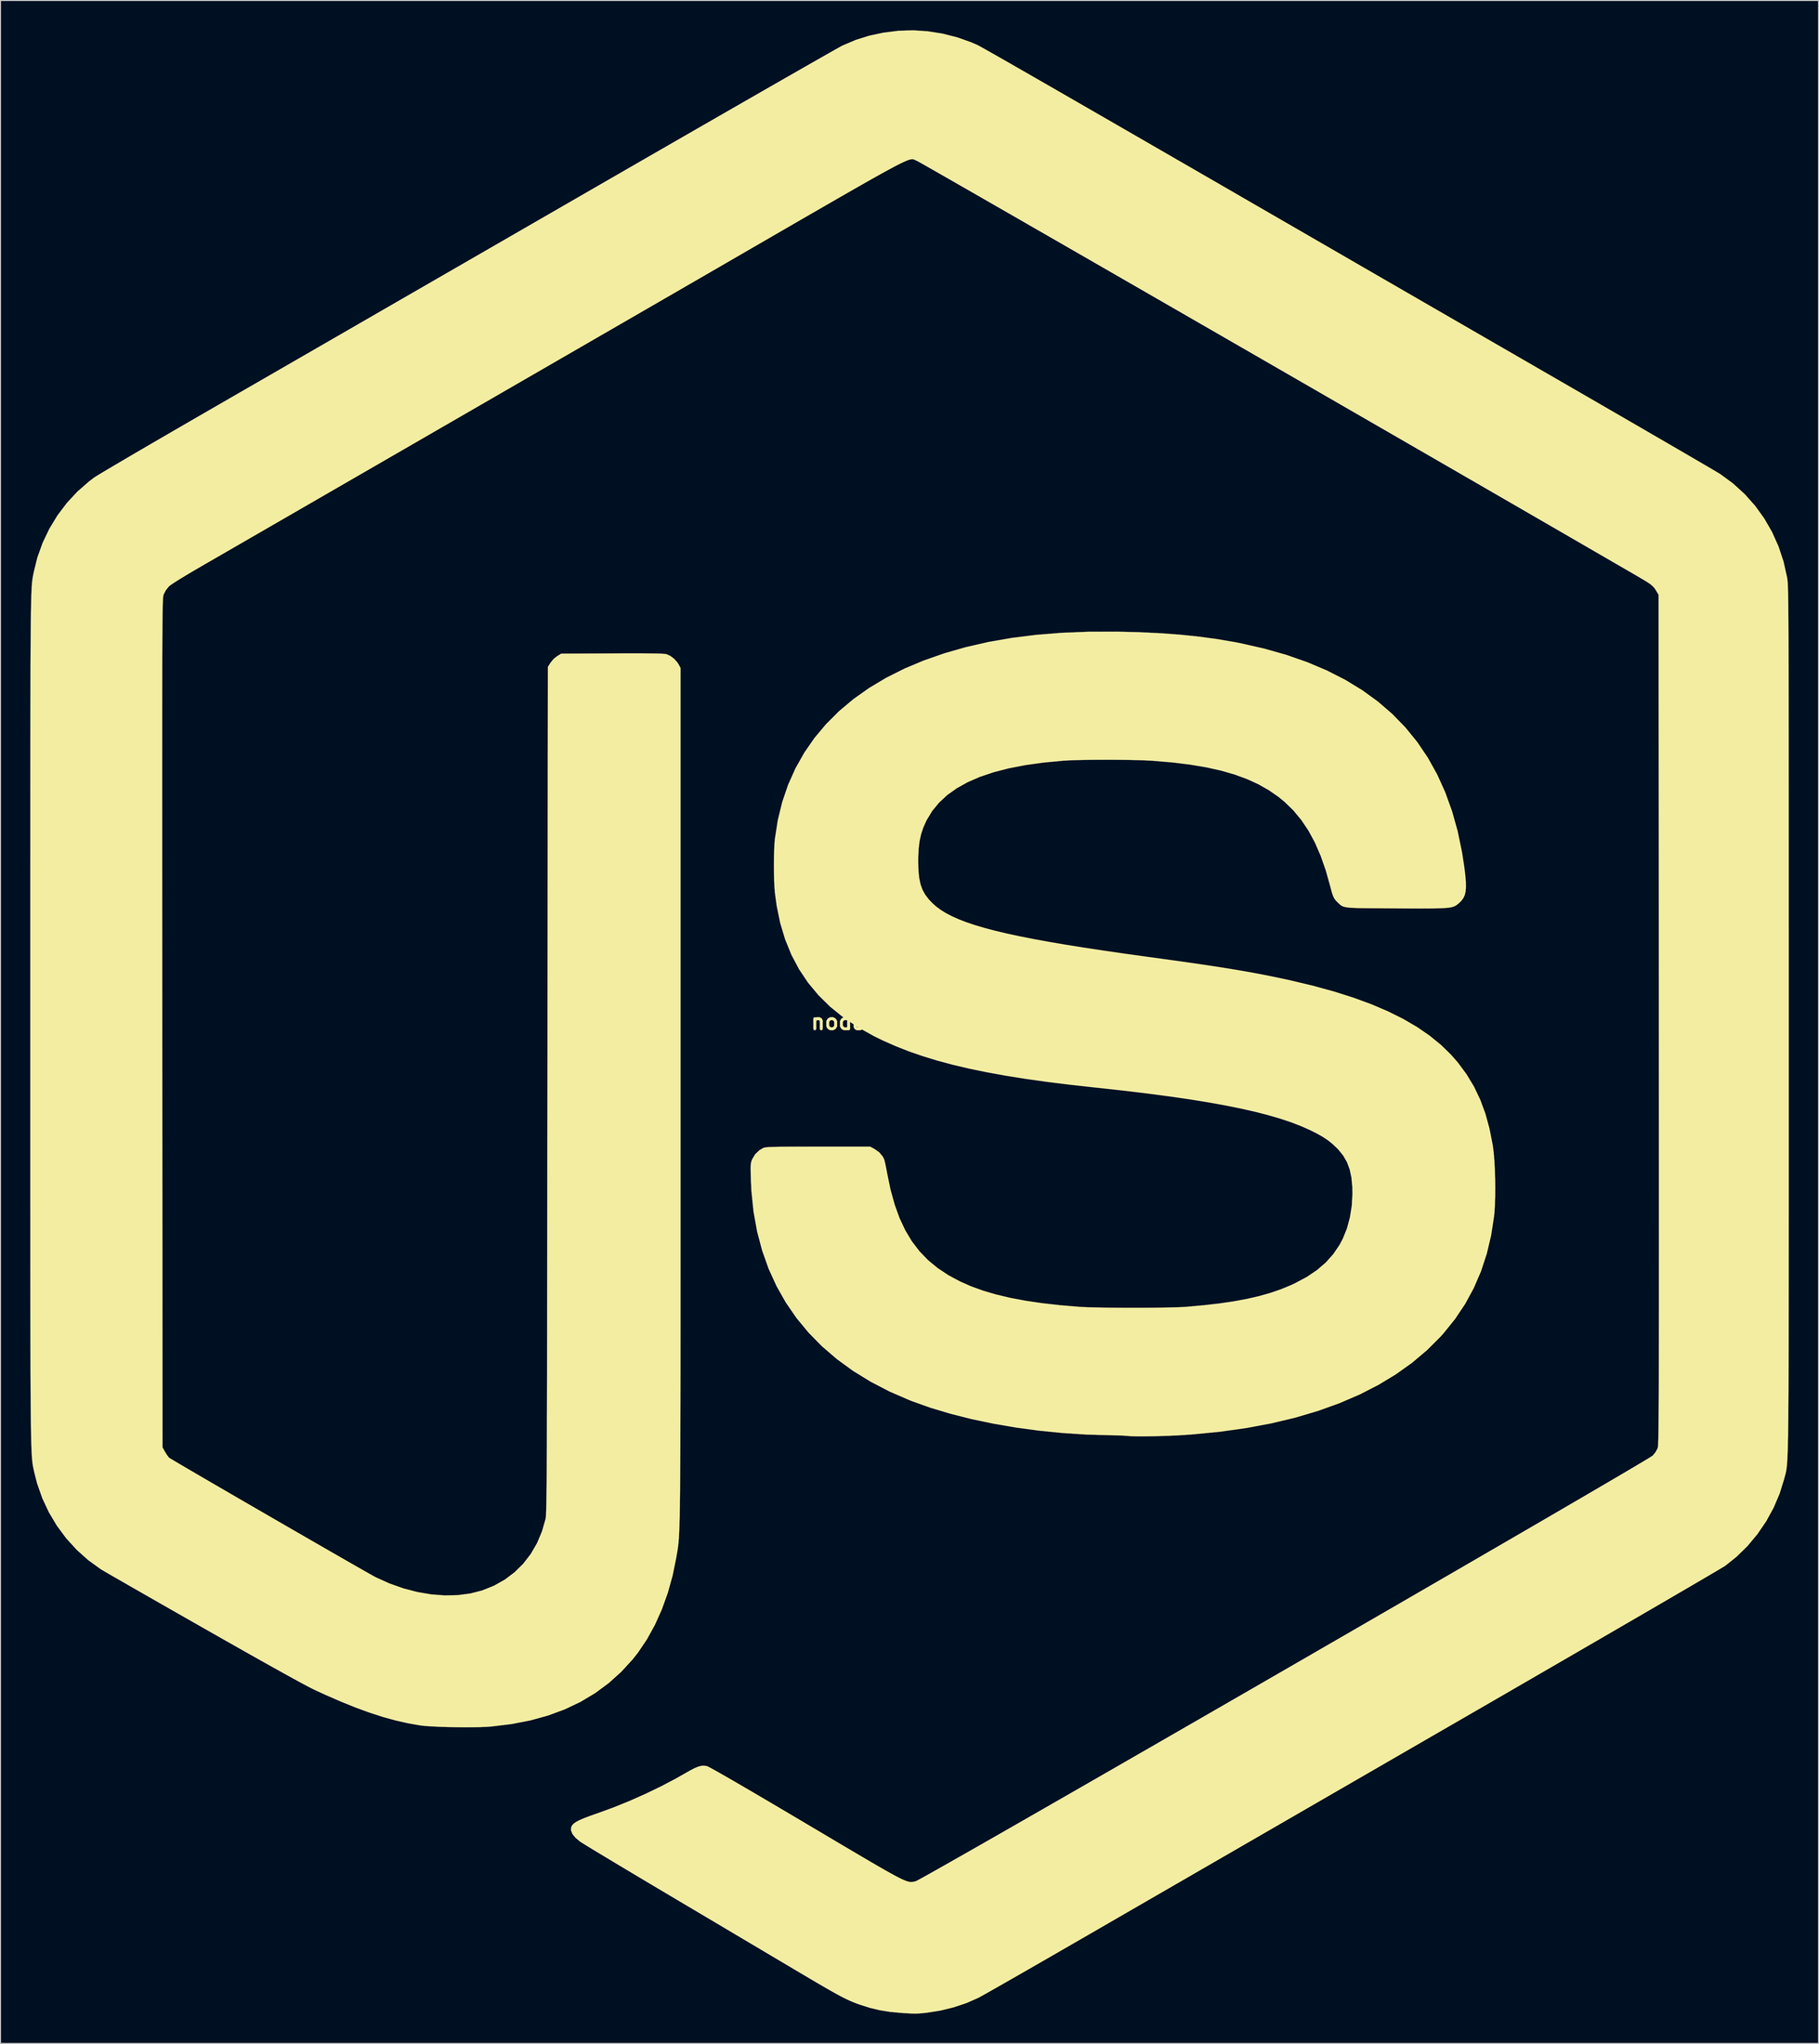
<source format=kicad_pcb>
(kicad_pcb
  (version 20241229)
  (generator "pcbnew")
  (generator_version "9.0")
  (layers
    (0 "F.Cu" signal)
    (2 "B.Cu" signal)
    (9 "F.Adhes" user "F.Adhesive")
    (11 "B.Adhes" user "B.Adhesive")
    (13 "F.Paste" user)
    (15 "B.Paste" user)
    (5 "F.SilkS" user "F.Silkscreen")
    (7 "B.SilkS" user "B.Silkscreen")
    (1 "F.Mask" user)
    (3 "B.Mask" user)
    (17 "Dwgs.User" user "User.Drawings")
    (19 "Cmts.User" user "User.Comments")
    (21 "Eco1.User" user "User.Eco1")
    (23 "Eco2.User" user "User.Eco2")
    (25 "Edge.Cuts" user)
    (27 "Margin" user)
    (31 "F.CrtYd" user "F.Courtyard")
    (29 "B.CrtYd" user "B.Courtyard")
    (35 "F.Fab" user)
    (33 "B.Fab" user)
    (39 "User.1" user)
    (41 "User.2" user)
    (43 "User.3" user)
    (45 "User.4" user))
  (footprint "node-js_20x20_F"
    (layer "F.Cu")
    (at 88.734 99.974)
    (property "Reference" "node-js_20x20_F" (at 0 0 0) (layer "F.SilkS") (effects (font (size 1.524 1.524) (thickness 0.3))))
    (attr through_hole)
    (fp_poly (pts (xy 21.04 -39.341) (xy 23.265 -39.282) (xy 25.348 -39.18) (xy 27.311 -39.032) (xy 29.174 -38.838) (xy 30.961 -38.594) (xy 32.692 -38.299) (xy 33.316 -38.178) (xy 35.705 -37.637) (xy 37.956 -36.998) (xy 40.07 -36.259) (xy 42.049 -35.42) (xy 43.894 -34.479) (xy 45.606 -33.435) (xy 47.186 -32.287) (xy 48.636 -31.034) (xy 49.955 -29.675) (xy 51.147 -28.208) (xy 52.21 -26.634) (xy 53.148 -24.949) (xy 53.96 -23.154) (xy 54.648 -21.247) (xy 55.214 -19.227) (xy 55.657 -17.093) (xy 55.882 -15.636) (xy 55.982 -14.818) (xy 56.039 -14.144) (xy 56.051 -13.593) (xy 56.014 -13.144) (xy 55.925 -12.776) (xy 55.781 -12.469) (xy 55.579 -12.201) (xy 55.346 -11.977) (xy 55.216 -11.868) (xy 55.092 -11.774) (xy 54.961 -11.694) (xy 54.81 -11.628) (xy 54.625 -11.573) (xy 54.392 -11.53) (xy 54.1 -11.497) (xy 53.733 -11.472) (xy 53.28 -11.456) (xy 52.725 -11.445) (xy 52.057 -11.441) (xy 51.262 -11.44) (xy 50.326 -11.443) (xy 49.236 -11.448) (xy 49.055 -11.449) (xy 47.976 -11.453) (xy 47.052 -11.458) (xy 46.271 -11.463) (xy 45.618 -11.471) (xy 45.08 -11.483) (xy 44.644 -11.5) (xy 44.296 -11.523) (xy 44.022 -11.555) (xy 43.809 -11.595) (xy 43.642 -11.647) (xy 43.51 -11.71) (xy 43.398 -11.787) (xy 43.292 -11.879) (xy 43.179 -11.987) (xy 43.109 -12.053) (xy 42.925 -12.241) (xy 42.783 -12.434) (xy 42.665 -12.666) (xy 42.555 -12.975) (xy 42.437 -13.397) (xy 42.375 -13.639) (xy 41.918 -15.266) (xy 41.403 -16.742) (xy 40.823 -18.077) (xy 40.173 -19.28) (xy 39.448 -20.361) (xy 38.642 -21.33) (xy 37.748 -22.197) (xy 37.126 -22.704) (xy 36.165 -23.368) (xy 35.117 -23.961) (xy 33.973 -24.485) (xy 32.723 -24.942) (xy 31.358 -25.335) (xy 29.87 -25.666) (xy 28.249 -25.939) (xy 26.486 -26.156) (xy 24.571 -26.32) (xy 24.342 -26.335) (xy 23.757 -26.366) (xy 23.043 -26.39) (xy 22.228 -26.409) (xy 21.343 -26.422) (xy 20.414 -26.429) (xy 19.473 -26.43) (xy 18.547 -26.425) (xy 17.667 -26.414) (xy 16.86 -26.397) (xy 16.156 -26.374) (xy 15.584 -26.346) (xy 15.452 -26.337) (xy 13.468 -26.15) (xy 11.637 -25.895) (xy 9.957 -25.571) (xy 8.425 -25.176) (xy 7.039 -24.709) (xy 5.798 -24.17) (xy 4.698 -23.557) (xy 3.737 -22.87) (xy 2.914 -22.107) (xy 2.225 -21.268) (xy 1.669 -20.351) (xy 1.632 -20.278) (xy 1.331 -19.607) (xy 1.107 -18.937) (xy 0.951 -18.231) (xy 0.857 -17.451) (xy 0.817 -16.558) (xy 0.814 -16.171) (xy 0.837 -15.283) (xy 0.91 -14.533) (xy 1.041 -13.892) (xy 1.24 -13.334) (xy 1.517 -12.83) (xy 1.88 -12.355) (xy 2.236 -11.98) (xy 2.631 -11.629) (xy 3.089 -11.291) (xy 3.615 -10.966) (xy 4.216 -10.652) (xy 4.897 -10.348) (xy 5.665 -10.052) (xy 6.526 -9.762) (xy 7.486 -9.477) (xy 8.551 -9.195) (xy 9.728 -8.916) (xy 11.023 -8.637) (xy 12.441 -8.356) (xy 13.99 -8.073) (xy 15.675 -7.786) (xy 17.502 -7.494) (xy 19.478 -7.194) (xy 21.609 -6.885) (xy 23.9 -6.566) (xy 24.583 -6.473) (xy 26.313 -6.236) (xy 27.893 -6.014) (xy 29.337 -5.805) (xy 30.664 -5.606) (xy 31.891 -5.414) (xy 33.033 -5.226) (xy 34.108 -5.039) (xy 35.134 -4.85) (xy 36.126 -4.658) (xy 37.101 -4.458) (xy 38.078 -4.248) (xy 38.354 -4.187) (xy 40.637 -3.644) (xy 42.759 -3.061) (xy 44.725 -2.437) (xy 46.541 -1.77) (xy 48.21 -1.056) (xy 49.737 -0.294) (xy 51.128 0.518) (xy 52.386 1.383) (xy 53.517 2.304) (xy 54.526 3.282) (xy 55.238 4.096) (xy 56.11 5.274) (xy 56.859 6.516) (xy 57.49 7.836) (xy 58.012 9.251) (xy 58.43 10.776) (xy 58.751 12.428) (xy 58.773 12.567) (xy 58.852 13.21) (xy 58.916 13.983) (xy 58.963 14.848) (xy 58.993 15.765) (xy 59.004 16.696) (xy 58.998 17.602) (xy 58.972 18.446) (xy 58.926 19.187) (xy 58.89 19.558) (xy 58.59 21.512) (xy 58.149 23.372) (xy 57.567 25.141) (xy 56.842 26.824) (xy 55.973 28.423) (xy 54.956 29.944) (xy 53.792 31.389) (xy 53.477 31.739) (xy 52.118 33.096) (xy 50.621 34.357) (xy 48.986 35.524) (xy 47.218 36.593) (xy 45.317 37.566) (xy 43.286 38.44) (xy 41.126 39.216) (xy 38.841 39.892) (xy 36.432 40.467) (xy 33.901 40.941) (xy 31.25 41.313) (xy 28.482 41.582) (xy 27.517 41.65) (xy 26.82 41.689) (xy 26.077 41.722) (xy 25.316 41.748) (xy 24.565 41.767) (xy 23.852 41.778) (xy 23.205 41.781) (xy 22.652 41.775) (xy 22.222 41.76) (xy 22.013 41.744) (xy 21.681 41.718) (xy 21.236 41.694) (xy 20.734 41.676) (xy 20.232 41.666) (xy 20.193 41.666) (xy 17.802 41.599) (xy 15.406 41.445) (xy 13.025 41.208) (xy 10.681 40.892) (xy 8.392 40.499) (xy 6.179 40.034) (xy 4.062 39.499) (xy 2.062 38.899) (xy 0.197 38.236) (xy -0.042 38.143) (xy -2.077 37.259) (xy -3.979 36.272) (xy -5.748 35.184) (xy -7.381 33.997) (xy -8.878 32.712) (xy -10.237 31.33) (xy -11.457 29.855) (xy -12.537 28.286) (xy -13.476 26.627) (xy -14.273 24.879) (xy -14.925 23.043) (xy -15.433 21.121) (xy -15.794 19.115) (xy -16.008 17.027) (xy -16.059 15.96) (xy -16.076 15.38) (xy -16.085 14.942) (xy -16.084 14.617) (xy -16.072 14.377) (xy -16.046 14.195) (xy -16.006 14.042) (xy -15.948 13.891) (xy -15.918 13.821) (xy -15.617 13.328) (xy -15.192 12.926) (xy -14.823 12.711) (xy -14.746 12.682) (xy -14.642 12.658) (xy -14.497 12.637) (xy -14.299 12.62) (xy -14.034 12.607) (xy -13.69 12.596) (xy -13.255 12.587) (xy -12.714 12.581) (xy -12.055 12.577) (xy -11.265 12.575) (xy -10.331 12.573) (xy -9.271 12.573) (xy -4.022 12.573) (xy -3.577 12.819) (xy -3.1 13.163) (xy -2.752 13.587) (xy -2.618 13.858) (xy -2.57 14.028) (xy -2.502 14.326) (xy -2.422 14.714) (xy -2.338 15.155) (xy -2.316 15.277) (xy -1.975 16.921) (xy -1.561 18.418) (xy -1.069 19.778) (xy -0.492 21.008) (xy 0.175 22.119) (xy 0.94 23.119) (xy 1.806 24.017) (xy 2.782 24.821) (xy 3.872 25.542) (xy 5.037 26.166) (xy 6.147 26.655) (xy 7.35 27.091) (xy 8.654 27.476) (xy 10.073 27.814) (xy 11.614 28.105) (xy 13.29 28.352) (xy 15.111 28.558) (xy 16.976 28.716) (xy 17.462 28.744) (xy 18.088 28.768) (xy 18.832 28.787) (xy 19.668 28.802) (xy 20.573 28.812) (xy 21.523 28.819) (xy 22.494 28.821) (xy 23.462 28.819) (xy 24.403 28.813) (xy 25.294 28.802) (xy 26.11 28.788) (xy 26.827 28.768) (xy 27.422 28.745) (xy 27.855 28.719) (xy 29.597 28.562) (xy 31.187 28.38) (xy 32.639 28.167) (xy 33.97 27.921) (xy 35.196 27.639) (xy 36.331 27.317) (xy 37.39 26.952) (xy 38.391 26.54) (xy 38.829 26.336) (xy 40.006 25.707) (xy 41.031 25.016) (xy 41.914 24.256) (xy 42.665 23.418) (xy 43.295 22.491) (xy 43.641 21.84) (xy 44.05 20.823) (xy 44.351 19.703) (xy 44.539 18.514) (xy 44.607 17.288) (xy 44.592 16.637) (xy 44.502 15.686) (xy 44.326 14.86) (xy 44.053 14.132) (xy 43.674 13.476) (xy 43.178 12.865) (xy 43.053 12.735) (xy 42.604 12.31) (xy 42.14 11.938) (xy 41.625 11.593) (xy 41.02 11.25) (xy 40.356 10.917) (xy 39.456 10.515) (xy 38.459 10.13) (xy 37.36 9.761) (xy 36.152 9.407) (xy 34.83 9.067) (xy 33.389 8.739) (xy 31.821 8.422) (xy 30.121 8.115) (xy 28.284 7.818) (xy 26.303 7.528) (xy 24.172 7.245) (xy 21.886 6.967) (xy 19.439 6.693) (xy 18.584 6.603) (xy 16.111 6.329) (xy 13.796 6.041) (xy 11.632 5.737) (xy 9.607 5.413) (xy 7.713 5.07) (xy 5.939 4.703) (xy 4.277 4.31) (xy 2.716 3.891) (xy 1.246 3.441) (xy -0.141 2.959) (xy -1.455 2.443) (xy -2.707 1.891) (xy -3.632 1.44) (xy -5.253 0.538) (xy -6.728 -0.451) (xy -8.059 -1.529) (xy -9.247 -2.697) (xy -10.295 -3.958) (xy -11.202 -5.313) (xy -11.971 -6.765) (xy -12.603 -8.315) (xy -13.1 -9.966) (xy -13.462 -11.72) (xy -13.64 -13.039) (xy -13.682 -13.569) (xy -13.713 -14.221) (xy -13.732 -14.953) (xy -13.739 -15.724) (xy -13.734 -16.495) (xy -13.716 -17.225) (xy -13.687 -17.872) (xy -13.646 -18.397) (xy -13.639 -18.457) (xy -13.343 -20.354) (xy -12.897 -22.172) (xy -12.304 -23.91) (xy -11.564 -25.565) (xy -10.679 -27.137) (xy -9.651 -28.622) (xy -8.481 -30.019) (xy -7.171 -31.327) (xy -5.723 -32.544) (xy -4.137 -33.667) (xy -2.416 -34.694) (xy -0.562 -35.625) (xy 1.355 -36.429) (xy 3.44 -37.159) (xy 5.613 -37.782) (xy 7.88 -38.3) (xy 10.248 -38.714) (xy 12.724 -39.024) (xy 15.317 -39.231) (xy 18.031 -39.338) (xy 20.876 -39.344) (xy 21.04 -39.341)) (stroke (width 0.01) (type solid)) (fill yes) (layer "F.SilkS"))
    (fp_poly (pts (xy 1.771 -99.871) (xy 3.27 -99.633) (xy 4.743 -99.26) (xy 6.157 -98.76) (xy 6.773 -98.49) (xy 6.879 -98.436) (xy 7.064 -98.336) (xy 7.33 -98.189) (xy 7.681 -97.992) (xy 8.119 -97.745) (xy 8.647 -97.446) (xy 9.266 -97.093) (xy 9.981 -96.685) (xy 10.793 -96.22) (xy 11.704 -95.697) (xy 12.718 -95.115) (xy 13.837 -94.472) (xy 15.064 -93.766) (xy 16.401 -92.996) (xy 17.851 -92.161) (xy 19.416 -91.259) (xy 21.098 -90.288) (xy 22.902 -89.248) (xy 24.828 -88.136) (xy 26.88 -86.951) (xy 29.06 -85.692) (xy 31.371 -84.358) (xy 33.815 -82.945) (xy 36.395 -81.454) (xy 39.114 -79.883) (xy 41.974 -78.23) (xy 44.977 -76.494) (xy 45.339 -76.284) (xy 45.816 -76.009) (xy 46.43 -75.654) (xy 47.173 -75.225) (xy 48.034 -74.727) (xy 49.006 -74.166) (xy 50.078 -73.546) (xy 51.242 -72.874) (xy 52.488 -72.154) (xy 53.807 -71.393) (xy 55.19 -70.594) (xy 56.628 -69.763) (xy 58.112 -68.906) (xy 59.632 -68.029) (xy 61.179 -67.135) (xy 62.744 -66.231) (xy 64.318 -65.323) (xy 65.193 -64.817) (xy 66.715 -63.938) (xy 68.204 -63.078) (xy 69.652 -62.24) (xy 71.052 -61.43) (xy 72.398 -60.65) (xy 73.683 -59.906) (xy 74.898 -59.201) (xy 76.038 -58.54) (xy 77.095 -57.926) (xy 78.061 -57.364) (xy 78.93 -56.857) (xy 79.695 -56.411) (xy 80.349 -56.029) (xy 80.884 -55.715) (xy 81.293 -55.474) (xy 81.569 -55.309) (xy 81.703 -55.226) (xy 82.989 -54.281) (xy 84.159 -53.216) (xy 85.209 -52.039) (xy 86.131 -50.761) (xy 86.921 -49.39) (xy 87.573 -47.935) (xy 88.08 -46.405) (xy 88.436 -44.811) (xy 88.447 -44.746) (xy 88.459 -44.673) (xy 88.47 -44.592) (xy 88.48 -44.5) (xy 88.49 -44.391) (xy 88.5 -44.261) (xy 88.509 -44.107) (xy 88.517 -43.923) (xy 88.525 -43.705) (xy 88.532 -43.449) (xy 88.539 -43.151) (xy 88.545 -42.806) (xy 88.551 -42.409) (xy 88.557 -41.956) (xy 88.562 -41.444) (xy 88.567 -40.866) (xy 88.571 -40.22) (xy 88.575 -39.501) (xy 88.579 -38.703) (xy 88.582 -37.824) (xy 88.585 -36.858) (xy 88.588 -35.802) (xy 88.59 -34.649) (xy 88.593 -33.398) (xy 88.595 -32.042) (xy 88.596 -30.578) (xy 88.598 -29) (xy 88.599 -27.306) (xy 88.6 -25.49) (xy 88.601 -23.548) (xy 88.602 -21.475) (xy 88.602 -19.268) (xy 88.603 -16.921) (xy 88.603 -14.43) (xy 88.603 -11.792) (xy 88.604 -9.001) (xy 88.604 -6.054) (xy 88.604 -2.945) (xy 88.604 -0.169) (xy 88.604 3.108) (xy 88.604 6.22) (xy 88.604 9.172) (xy 88.604 11.967) (xy 88.604 14.611) (xy 88.604 17.108) (xy 88.604 19.462) (xy 88.603 21.677) (xy 88.602 23.758) (xy 88.601 25.71) (xy 88.6 27.536) (xy 88.598 29.241) (xy 88.596 30.83) (xy 88.593 32.307) (xy 88.59 33.676) (xy 88.587 34.942) (xy 88.582 36.11) (xy 88.577 37.182) (xy 88.571 38.165) (xy 88.565 39.062) (xy 88.558 39.878) (xy 88.55 40.618) (xy 88.541 41.284) (xy 88.531 41.883) (xy 88.52 42.419) (xy 88.508 42.895) (xy 88.495 43.316) (xy 88.481 43.687) (xy 88.466 44.012) (xy 88.45 44.296) (xy 88.432 44.542) (xy 88.413 44.756) (xy 88.393 44.941) (xy 88.371 45.103) (xy 88.348 45.245) (xy 88.324 45.372) (xy 88.298 45.488) (xy 88.27 45.598) (xy 88.241 45.706) (xy 88.211 45.817) (xy 88.178 45.935) (xy 88.144 46.064) (xy 88.134 46.102) (xy 87.68 47.564) (xy 87.072 48.986) (xy 86.323 50.35) (xy 85.445 51.637) (xy 84.45 52.829) (xy 83.351 53.908) (xy 82.219 54.812) (xy 82.095 54.891) (xy 81.829 55.052) (xy 81.428 55.291) (xy 80.895 55.605) (xy 80.238 55.992) (xy 79.46 56.447) (xy 78.567 56.969) (xy 77.565 57.554) (xy 76.459 58.199) (xy 75.254 58.9) (xy 73.955 59.655) (xy 72.568 60.461) (xy 71.098 61.315) (xy 69.551 62.213) (xy 67.931 63.152) (xy 66.245 64.13) (xy 64.496 65.143) (xy 62.692 66.188) (xy 60.836 67.262) (xy 58.935 68.362) (xy 56.993 69.484) (xy 55.016 70.627) (xy 54.711 70.803) (xy 52.62 72.011) (xy 50.512 73.229) (xy 48.395 74.452) (xy 46.278 75.676) (xy 44.168 76.895) (xy 42.073 78.105) (xy 40.003 79.301) (xy 37.963 80.48) (xy 35.964 81.635) (xy 34.012 82.763) (xy 32.116 83.859) (xy 30.283 84.917) (xy 28.523 85.935) (xy 26.843 86.906) (xy 25.25 87.826) (xy 23.754 88.69) (xy 22.362 89.495) (xy 21.082 90.234) (xy 19.922 90.905) (xy 18.891 91.501) (xy 17.996 92.018) (xy 17.78 92.143) (xy 16.558 92.848) (xy 15.367 93.535) (xy 14.216 94.199) (xy 13.113 94.833) (xy 12.069 95.433) (xy 11.092 95.993) (xy 10.191 96.509) (xy 9.377 96.974) (xy 8.658 97.383) (xy 8.043 97.732) (xy 7.543 98.014) (xy 7.165 98.225) (xy 6.92 98.36) (xy 6.846 98.398) (xy 5.672 98.912) (xy 4.392 99.339) (xy 3.055 99.668) (xy 1.709 99.882) (xy 1.527 99.902) (xy 1.175 99.937) (xy 0.89 99.961) (xy 0.633 99.973) (xy 0.364 99.973) (xy 0.045 99.962) (xy -0.363 99.939) (xy -0.899 99.904) (xy -0.931 99.902) (xy -2.043 99.798) (xy -3.058 99.635) (xy -4.043 99.398) (xy -5.065 99.075) (xy -5.132 99.052) (xy -5.439 98.941) (xy -5.736 98.825) (xy -6.038 98.697) (xy -6.357 98.551) (xy -6.707 98.379) (xy -7.102 98.173) (xy -7.555 97.926) (xy -8.08 97.631) (xy -8.69 97.281) (xy -9.398 96.868) (xy -10.219 96.385) (xy -11.166 95.825) (xy -11.599 95.568) (xy -12.282 95.163) (xy -13.094 94.681) (xy -14.018 94.133) (xy -15.038 93.528) (xy -16.137 92.875) (xy -17.3 92.186) (xy -18.509 91.468) (xy -19.747 90.733) (xy -20.999 89.991) (xy -22.248 89.25) (xy -23.477 88.521) (xy -24.371 87.99) (xy -25.477 87.334) (xy -26.549 86.696) (xy -27.577 86.083) (xy -28.552 85.5) (xy -29.464 84.955) (xy -30.303 84.451) (xy -31.06 83.997) (xy -31.723 83.596) (xy -32.284 83.256) (xy -32.733 82.981) (xy -33.059 82.779) (xy -33.254 82.655) (xy -33.292 82.628) (xy -33.75 82.244) (xy -34.052 81.872) (xy -34.194 81.52) (xy -34.205 81.399) (xy -34.182 81.195) (xy -34.1 81.01) (xy -33.947 80.835) (xy -33.706 80.661) (xy -33.363 80.478) (xy -32.903 80.278) (xy -32.312 80.053) (xy -31.574 79.793) (xy -31.462 79.754) (xy -29.906 79.187) (xy -28.299 78.535) (xy -26.688 77.82) (xy -25.119 77.063) (xy -23.642 76.287) (xy -22.755 75.783) (xy -22.195 75.464) (xy -21.747 75.233) (xy -21.384 75.081) (xy -21.08 75) (xy -20.808 74.98) (xy -20.541 75.013) (xy -20.502 75.021) (xy -20.369 75.079) (xy -20.093 75.223) (xy -19.676 75.452) (xy -19.12 75.765) (xy -18.427 76.162) (xy -17.599 76.64) (xy -16.639 77.199) (xy -15.548 77.837) (xy -14.328 78.554) (xy -12.982 79.348) (xy -11.511 80.218) (xy -10.494 80.82) (xy -9.079 81.66) (xy -7.801 82.417) (xy -6.654 83.097) (xy -5.629 83.702) (xy -4.72 84.238) (xy -3.917 84.708) (xy -3.214 85.116) (xy -2.603 85.467) (xy -2.075 85.764) (xy -1.624 86.012) (xy -1.241 86.215) (xy -0.919 86.376) (xy -0.65 86.5) (xy -0.426 86.591) (xy -0.24 86.653) (xy -0.084 86.69) (xy 0.05 86.706) (xy 0.17 86.705) (xy 0.283 86.691) (xy 0.397 86.669) (xy 0.52 86.642) (xy 0.538 86.638) (xy 0.646 86.589) (xy 0.894 86.458) (xy 1.278 86.248) (xy 1.792 85.962) (xy 2.432 85.604) (xy 3.19 85.176) (xy 4.063 84.682) (xy 5.045 84.124) (xy 6.131 83.506) (xy 7.314 82.832) (xy 8.59 82.103) (xy 9.953 81.323) (xy 11.399 80.496) (xy 12.92 79.623) (xy 14.513 78.71) (xy 16.172 77.758) (xy 17.892 76.77) (xy 19.666 75.75) (xy 21.49 74.701) (xy 23.358 73.626) (xy 25.266 72.528) (xy 27.206 71.41) (xy 29.175 70.276) (xy 31.167 69.128) (xy 33.176 67.969) (xy 35.198 66.803) (xy 37.226 65.632) (xy 39.255 64.461) (xy 41.28 63.291) (xy 43.296 62.126) (xy 45.297 60.969) (xy 47.277 59.824) (xy 49.233 58.693) (xy 51.157 57.579) (xy 53.045 56.485) (xy 54.891 55.416) (xy 56.69 54.373) (xy 58.437 53.359) (xy 60.125 52.379) (xy 61.751 51.435) (xy 63.308 50.53) (xy 64.791 49.667) (xy 66.195 48.849) (xy 67.514 48.08) (xy 68.743 47.362) (xy 69.876 46.699) (xy 70.909 46.094) (xy 71.835 45.55) (xy 72.65 45.069) (xy 73.348 44.656) (xy 73.923 44.313) (xy 74.371 44.043) (xy 74.686 43.849) (xy 74.862 43.735) (xy 74.897 43.708) (xy 75.168 43.374) (xy 75.363 43.015) (xy 75.39 42.944) (xy 75.4 42.903) (xy 75.409 42.841) (xy 75.418 42.751) (xy 75.427 42.631) (xy 75.435 42.476) (xy 75.442 42.281) (xy 75.45 42.043) (xy 75.456 41.757) (xy 75.462 41.418) (xy 75.468 41.023) (xy 75.473 40.567) (xy 75.478 40.045) (xy 75.483 39.454) (xy 75.487 38.789) (xy 75.491 38.046) (xy 75.494 37.22) (xy 75.497 36.307) (xy 75.5 35.303) (xy 75.502 34.204) (xy 75.504 33.005) (xy 75.506 31.702) (xy 75.507 30.29) (xy 75.508 28.766) (xy 75.509 27.124) (xy 75.509 25.361) (xy 75.51 23.473) (xy 75.51 21.454) (xy 75.509 19.301) (xy 75.509 17.01) (xy 75.508 14.575) (xy 75.507 11.993) (xy 75.506 9.26) (xy 75.505 6.371) (xy 75.504 3.321) (xy 75.502 0.107) (xy 75.502 -0.256) (xy 75.48 -43.053) (xy 75.256 -43.434) (xy 75.125 -43.643) (xy 74.991 -43.82) (xy 74.828 -43.984) (xy 74.614 -44.154) (xy 74.324 -44.349) (xy 73.934 -44.587) (xy 73.42 -44.888) (xy 73.406 -44.897) (xy 72.167 -45.616) (xy 70.836 -46.387) (xy 69.42 -47.208) (xy 67.922 -48.075) (xy 66.349 -48.986) (xy 64.705 -49.938) (xy 62.995 -50.926) (xy 61.226 -51.95) (xy 59.401 -53.004) (xy 57.526 -54.088) (xy 55.607 -55.196) (xy 53.649 -56.328) (xy 51.656 -57.478) (xy 49.634 -58.646) (xy 47.589 -59.826) (xy 45.525 -61.018) (xy 43.447 -62.216) (xy 41.362 -63.42) (xy 39.273 -64.624) (xy 37.186 -65.828) (xy 35.107 -67.027) (xy 33.041 -68.218) (xy 30.992 -69.399) (xy 28.966 -70.566) (xy 26.969 -71.717) (xy 25.004 -72.849) (xy 23.079 -73.958) (xy 21.197 -75.042) (xy 19.364 -76.097) (xy 17.585 -77.121) (xy 15.866 -78.11) (xy 14.211 -79.062) (xy 12.626 -79.973) (xy 11.116 -80.841) (xy 9.687 -81.663) (xy 8.342 -82.435) (xy 7.089 -83.155) (xy 5.931 -83.819) (xy 4.873 -84.425) (xy 3.923 -84.97) (xy 3.083 -85.45) (xy 2.36 -85.863) (xy 1.759 -86.205) (xy 1.285 -86.474) (xy 0.943 -86.667) (xy 0.738 -86.78) (xy 0.677 -86.811) (xy 0.594 -86.844) (xy 0.523 -86.879) (xy 0.458 -86.912) (xy 0.395 -86.941) (xy 0.328 -86.963) (xy 0.253 -86.975) (xy 0.164 -86.975) (xy 0.057 -86.959) (xy -0.075 -86.926) (xy -0.235 -86.872) (xy -0.43 -86.794) (xy -0.664 -86.69) (xy -0.942 -86.557) (xy -1.27 -86.393) (xy -1.652 -86.193) (xy -2.094 -85.956) (xy -2.601 -85.68) (xy -3.178 -85.36) (xy -3.83 -84.994) (xy -4.562 -84.58) (xy -5.38 -84.115) (xy -6.287 -83.596) (xy -7.291 -83.02) (xy -8.394 -82.385) (xy -9.604 -81.687) (xy -10.925 -80.925) (xy -12.361 -80.094) (xy -13.918 -79.193) (xy -15.602 -78.218) (xy -17.417 -77.168) (xy -19.369 -76.038) (xy -21.462 -74.827) (xy -21.505 -74.802) (xy -21.923 -74.56) (xy -22.475 -74.242) (xy -23.153 -73.849) (xy -23.951 -73.388) (xy -24.861 -72.862) (xy -25.876 -72.275) (xy -26.989 -71.632) (xy -28.193 -70.937) (xy -29.48 -70.193) (xy -30.844 -69.405) (xy -32.276 -68.578) (xy -33.77 -67.714) (xy -35.319 -66.82) (xy -36.915 -65.897) (xy -38.551 -64.952) (xy -40.22 -63.988) (xy -41.915 -63.009) (xy -43.628 -62.019) (xy -45.352 -61.023) (xy -47.081 -60.025) (xy -48.806 -59.029) (xy -50.52 -58.038) (xy -52.217 -57.058) (xy -53.889 -56.092) (xy -55.529 -55.145) (xy -57.13 -54.22) (xy -58.684 -53.323) (xy -60.184 -52.456) (xy -61.623 -51.625) (xy -62.994 -50.833) (xy -64.29 -50.085) (xy -65.503 -49.384) (xy -66.626 -48.736) (xy -67.652 -48.143) (xy -68.574 -47.611) (xy -69.384 -47.143) (xy -70.075 -46.744) (xy -70.64 -46.418) (xy -71.073 -46.169) (xy -71.332 -46.019) (xy -72.117 -45.563) (xy -72.824 -45.145) (xy -73.441 -44.773) (xy -73.955 -44.455) (xy -74.354 -44.197) (xy -74.627 -44.007) (xy -74.74 -43.915) (xy -75.056 -43.529) (xy -75.27 -43.115) (xy -75.282 -43.08) (xy -75.295 -43.042) (xy -75.306 -42.995) (xy -75.317 -42.936) (xy -75.327 -42.861) (xy -75.336 -42.765) (xy -75.345 -42.643) (xy -75.354 -42.491) (xy -75.362 -42.305) (xy -75.369 -42.08) (xy -75.376 -41.812) (xy -75.382 -41.497) (xy -75.388 -41.13) (xy -75.393 -40.706) (xy -75.398 -40.222) (xy -75.403 -39.673) (xy -75.407 -39.055) (xy -75.41 -38.363) (xy -75.413 -37.592) (xy -75.416 -36.739) (xy -75.419 -35.799) (xy -75.421 -34.768) (xy -75.423 -33.64) (xy -75.424 -32.413) (xy -75.425 -31.081) (xy -75.426 -29.639) (xy -75.426 -28.085) (xy -75.427 -26.413) (xy -75.427 -24.618) (xy -75.427 -22.697) (xy -75.426 -20.645) (xy -75.426 -18.458) (xy -75.425 -16.131) (xy -75.424 -13.66) (xy -75.423 -11.04) (xy -75.421 -8.267) (xy -75.42 -5.337) (xy -75.418 -2.245) (xy -75.417 0.11) (xy -75.396 42.884) (xy -75.152 43.324) (xy -74.986 43.596) (xy -74.819 43.829) (xy -74.728 43.931) (xy -74.636 43.992) (xy -74.406 44.131) (xy -74.051 44.343) (xy -73.579 44.622) (xy -73.001 44.961) (xy -72.327 45.355) (xy -71.568 45.798) (xy -70.733 46.285) (xy -69.833 46.808) (xy -68.878 47.363) (xy -67.878 47.943) (xy -66.843 48.543) (xy -65.784 49.156) (xy -64.711 49.777) (xy -63.634 50.4) (xy -62.562 51.019) (xy -61.507 51.628) (xy -60.479 52.221) (xy -59.488 52.792) (xy -58.543 53.336) (xy -57.655 53.846) (xy -56.835 54.316) (xy -56.093 54.741) (xy -55.438 55.115) (xy -54.88 55.432) (xy -54.432 55.686) (xy -54.101 55.87) (xy -53.899 55.98) (xy -53.868 55.996) (xy -52.494 56.615) (xy -51.097 57.108) (xy -49.693 57.474) (xy -48.3 57.711) (xy -46.934 57.815) (xy -45.613 57.786) (xy -44.352 57.62) (xy -43.17 57.317) (xy -43.144 57.309) (xy -41.957 56.831) (xy -40.869 56.218) (xy -39.887 55.478) (xy -39.016 54.616) (xy -38.262 53.64) (xy -37.631 52.555) (xy -37.13 51.37) (xy -36.769 50.12) (xy -36.759 50.065) (xy -36.748 49.995) (xy -36.738 49.904) (xy -36.729 49.79) (xy -36.72 49.647) (xy -36.712 49.472) (xy -36.704 49.259) (xy -36.697 49.004) (xy -36.689 48.704) (xy -36.683 48.353) (xy -36.676 47.947) (xy -36.67 47.482) (xy -36.665 46.954) (xy -36.659 46.357) (xy -36.654 45.688) (xy -36.649 44.942) (xy -36.645 44.116) (xy -36.64 43.203) (xy -36.636 42.201) (xy -36.632 41.104) (xy -36.629 39.909) (xy -36.625 38.611) (xy -36.622 37.205) (xy -36.618 35.687) (xy -36.615 34.053) (xy -36.612 32.298) (xy -36.609 30.419) (xy -36.606 28.41) (xy -36.603 26.267) (xy -36.599 23.985) (xy -36.596 21.562) (xy -36.593 18.991) (xy -36.59 16.269) (xy -36.587 13.391) (xy -36.583 10.353) (xy -36.58 7.15) (xy -36.58 6.851) (xy -36.534 -35.785) (xy -36.277 -36.199) (xy -35.95 -36.6) (xy -35.607 -36.87) (xy -35.192 -37.126) (xy -30.063 -37.151) (xy -28.88 -37.156) (xy -27.859 -37.157) (xy -26.991 -37.155) (xy -26.268 -37.15) (xy -25.683 -37.142) (xy -25.227 -37.13) (xy -24.894 -37.114) (xy -24.674 -37.095) (xy -24.578 -37.077) (xy -24.183 -36.899) (xy -23.796 -36.604) (xy -23.47 -36.239) (xy -23.344 -36.038) (xy -23.156 -35.687) (xy -23.156 7.408) (xy -23.156 10.668) (xy -23.156 13.764) (xy -23.156 16.699) (xy -23.156 19.478) (xy -23.156 22.105) (xy -23.156 24.586) (xy -23.157 26.925) (xy -23.157 29.126) (xy -23.158 31.193) (xy -23.159 33.132) (xy -23.161 34.946) (xy -23.163 36.641) (xy -23.165 38.22) (xy -23.168 39.688) (xy -23.171 41.051) (xy -23.175 42.311) (xy -23.179 43.474) (xy -23.184 44.544) (xy -23.19 45.526) (xy -23.196 46.425) (xy -23.203 47.244) (xy -23.211 47.988) (xy -23.22 48.662) (xy -23.23 49.27) (xy -23.24 49.817) (xy -23.252 50.307) (xy -23.264 50.744) (xy -23.278 51.135) (xy -23.293 51.481) (xy -23.309 51.789) (xy -23.326 52.063) (xy -23.344 52.307) (xy -23.363 52.526) (xy -23.384 52.724) (xy -23.406 52.906) (xy -23.429 53.076) (xy -23.454 53.239) (xy -23.481 53.399) (xy -23.509 53.561) (xy -23.538 53.729) (xy -23.569 53.908) (xy -23.587 54.017) (xy -23.956 55.824) (xy -24.442 57.565) (xy -25.039 59.224) (xy -25.741 60.786) (xy -26.541 62.238) (xy -27.434 63.565) (xy -27.976 64.253) (xy -29.141 65.523) (xy -30.407 66.661) (xy -31.774 67.669) (xy -33.245 68.548) (xy -34.822 69.298) (xy -36.507 69.92) (xy -38.3 70.415) (xy -40.205 70.785) (xy -42.224 71.029) (xy -42.376 71.042) (xy -42.897 71.074) (xy -43.535 71.095) (xy -44.26 71.106) (xy -45.043 71.107) (xy -45.852 71.1) (xy -46.658 71.083) (xy -47.43 71.059) (xy -48.138 71.026) (xy -48.753 70.987) (xy -49.243 70.942) (xy -49.429 70.917) (xy -50.65 70.701) (xy -51.888 70.421) (xy -53.161 70.07) (xy -54.486 69.643) (xy -55.881 69.134) (xy -57.363 68.537) (xy -58.949 67.846) (xy -60.071 67.331) (xy -60.395 67.171) (xy -60.863 66.927) (xy -61.472 66.601) (xy -62.219 66.194) (xy -63.101 65.708) (xy -64.115 65.144) (xy -65.26 64.504) (xy -66.532 63.789) (xy -67.928 63) (xy -69.446 62.14) (xy -71.083 61.21) (xy -71.289 61.093) (xy -72.488 60.41) (xy -73.652 59.746) (xy -74.774 59.107) (xy -75.843 58.496) (xy -76.85 57.921) (xy -77.787 57.385) (xy -78.644 56.894) (xy -79.411 56.453) (xy -80.08 56.069) (xy -80.642 55.745) (xy -81.087 55.487) (xy -81.405 55.301) (xy -81.589 55.192) (xy -81.617 55.174) (xy -82.884 54.261) (xy -84.049 53.218) (xy -85.104 52.06) (xy -86.04 50.8) (xy -86.847 49.449) (xy -87.517 48.022) (xy -88.04 46.531) (xy -88.311 45.471) (xy -88.342 45.331) (xy -88.372 45.202) (xy -88.4 45.078) (xy -88.426 44.955) (xy -88.451 44.829) (xy -88.475 44.695) (xy -88.497 44.55) (xy -88.518 44.387) (xy -88.537 44.203) (xy -88.556 43.994) (xy -88.573 43.755) (xy -88.589 43.481) (xy -88.604 43.168) (xy -88.617 42.812) (xy -88.63 42.407) (xy -88.642 41.95) (xy -88.653 41.437) (xy -88.662 40.862) (xy -88.671 40.221) (xy -88.68 39.51) (xy -88.687 38.724) (xy -88.693 37.859) (xy -88.699 36.91) (xy -88.704 35.874) (xy -88.709 34.744) (xy -88.713 33.517) (xy -88.716 32.189) (xy -88.719 30.755) (xy -88.722 29.21) (xy -88.724 27.551) (xy -88.725 25.772) (xy -88.727 23.869) (xy -88.727 21.837) (xy -88.728 19.673) (xy -88.729 17.372) (xy -88.729 14.928) (xy -88.729 12.339) (xy -88.729 9.599) (xy -88.729 6.703) (xy -88.729 3.648) (xy -88.729 0.429) (xy -88.729 -0.127) (xy -88.729 -3.363) (xy -88.729 -6.434) (xy -88.729 -9.345) (xy -88.729 -12.1) (xy -88.729 -14.704) (xy -88.728 -17.16) (xy -88.728 -19.474) (xy -88.727 -21.651) (xy -88.726 -23.693) (xy -88.725 -25.607) (xy -88.724 -27.396) (xy -88.722 -29.065) (xy -88.72 -30.619) (xy -88.717 -32.061) (xy -88.714 -33.397) (xy -88.711 -34.63) (xy -88.707 -35.766) (xy -88.702 -36.809) (xy -88.697 -37.763) (xy -88.691 -38.633) (xy -88.685 -39.423) (xy -88.678 -40.138) (xy -88.67 -40.782) (xy -88.662 -41.36) (xy -88.653 -41.876) (xy -88.643 -42.335) (xy -88.632 -42.74) (xy -88.621 -43.098) (xy -88.608 -43.411) (xy -88.595 -43.685) (xy -88.581 -43.924) (xy -88.565 -44.133) (xy -88.549 -44.316) (xy -88.531 -44.477) (xy -88.513 -44.621) (xy -88.493 -44.752) (xy -88.473 -44.876) (xy -88.451 -44.996) (xy -88.427 -45.117) (xy -88.403 -45.243) (xy -88.398 -45.27) (xy -88.019 -46.809) (xy -87.486 -48.297) (xy -86.806 -49.72) (xy -85.989 -51.065) (xy -85.041 -52.319) (xy -83.973 -53.469) (xy -82.791 -54.502) (xy -82.258 -54.901) (xy -82.102 -55.002) (xy -81.808 -55.183) (xy -81.384 -55.438) (xy -80.839 -55.762) (xy -80.183 -56.15) (xy -79.424 -56.597) (xy -78.569 -57.098) (xy -77.629 -57.648) (xy -76.612 -58.241) (xy -75.527 -58.872) (xy -74.382 -59.537) (xy -73.186 -60.23) (xy -71.948 -60.947) (xy -70.676 -61.681) (xy -70.464 -61.803) (xy -69.511 -62.353) (xy -68.421 -62.982) (xy -67.201 -63.686) (xy -65.86 -64.459) (xy -64.408 -65.297) (xy -62.852 -66.194) (xy -61.202 -67.146) (xy -59.465 -68.148) (xy -57.652 -69.194) (xy -55.77 -70.28) (xy -53.829 -71.4) (xy -51.836 -72.55) (xy -49.801 -73.724) (xy -47.732 -74.917) (xy -45.638 -76.125) (xy -43.527 -77.343) (xy -41.409 -78.565) (xy -39.292 -79.786) (xy -37.185 -81.002) (xy -35.096 -82.207) (xy -33.57 -83.087) (xy -31.623 -84.21) (xy -29.709 -85.314) (xy -27.833 -86.395) (xy -26.002 -87.45) (xy -24.219 -88.476) (xy -22.492 -89.47) (xy -20.825 -90.429) (xy -19.224 -91.349) (xy -17.695 -92.228) (xy -16.242 -93.062) (xy -14.872 -93.849) (xy -13.589 -94.584) (xy -12.4 -95.265) (xy -11.309 -95.889) (xy -10.323 -96.452) (xy -9.447 -96.952) (xy -8.686 -97.385) (xy -8.046 -97.749) (xy -7.532 -98.039) (xy -7.149 -98.253) (xy -6.904 -98.388) (xy -6.816 -98.434) (xy -5.499 -98.994) (xy -4.134 -99.423) (xy -2.694 -99.731) (xy -1.171 -99.922) (xy 0.28 -99.969) (xy 1.771 -99.871)) (stroke (width 0.01) (type solid)) (fill yes) (layer "F.SilkS")))
  (gr_rect
    (start -3 -3)
    (end 180.343 202.952)
    (stroke (width 0.1) (type default))
    (fill no)
    (layer "Edge.Cuts")))
</source>
